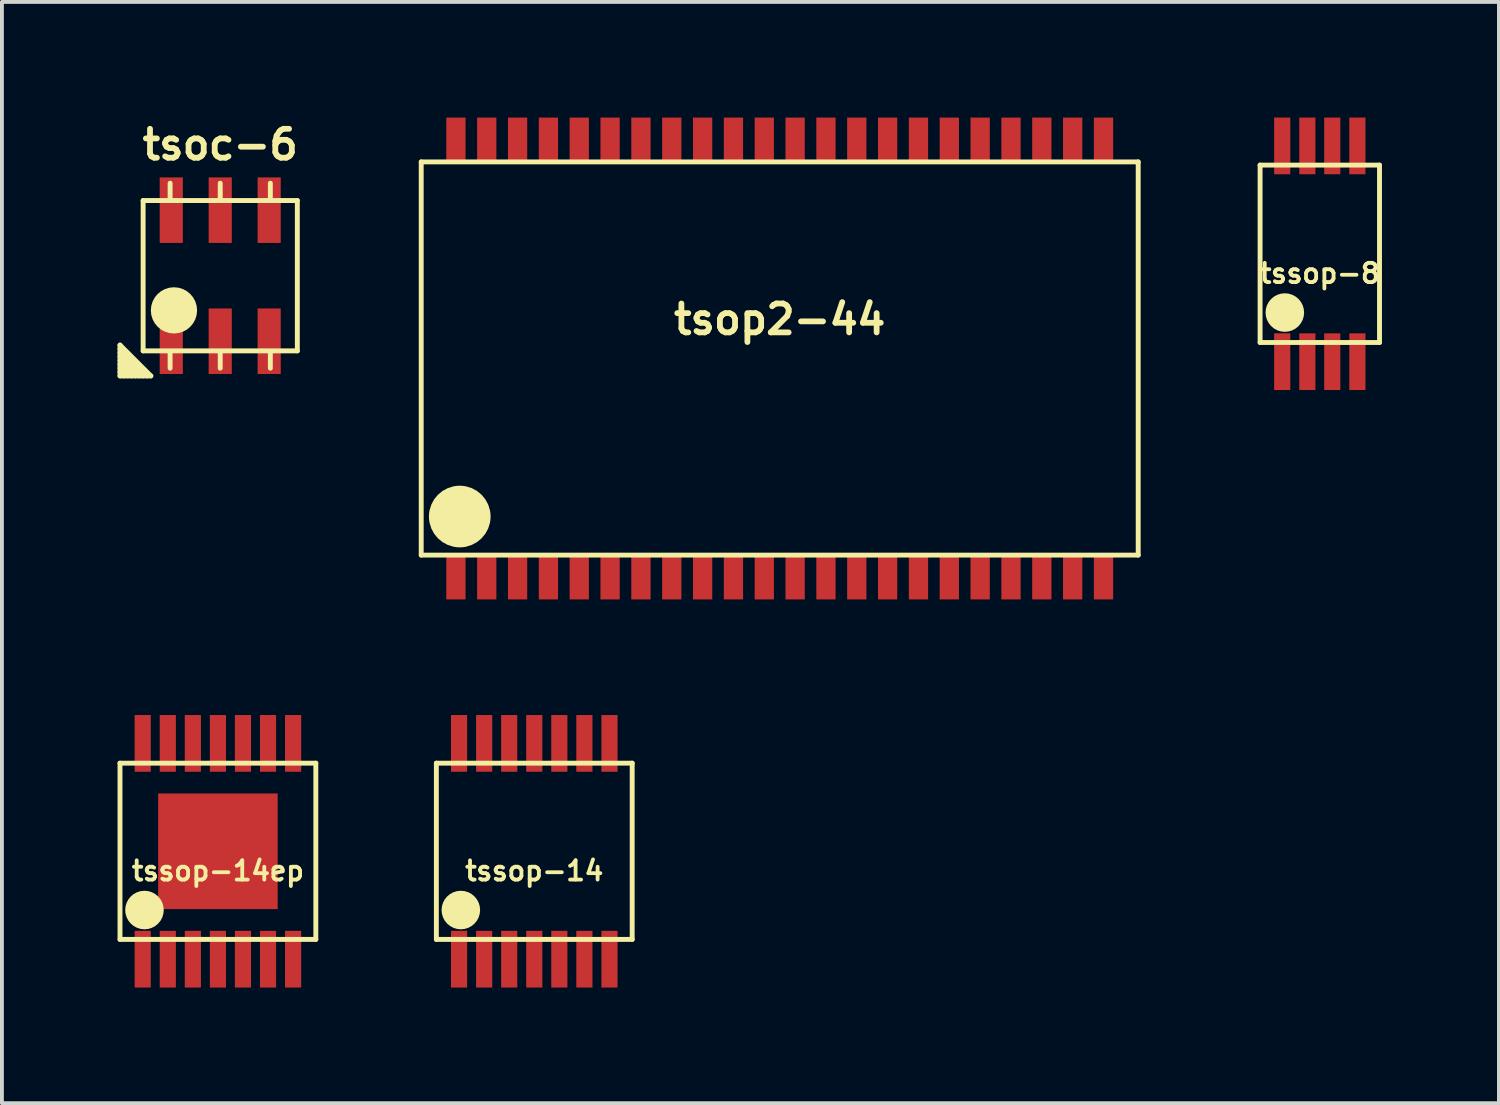
<source format=kicad_pcb>
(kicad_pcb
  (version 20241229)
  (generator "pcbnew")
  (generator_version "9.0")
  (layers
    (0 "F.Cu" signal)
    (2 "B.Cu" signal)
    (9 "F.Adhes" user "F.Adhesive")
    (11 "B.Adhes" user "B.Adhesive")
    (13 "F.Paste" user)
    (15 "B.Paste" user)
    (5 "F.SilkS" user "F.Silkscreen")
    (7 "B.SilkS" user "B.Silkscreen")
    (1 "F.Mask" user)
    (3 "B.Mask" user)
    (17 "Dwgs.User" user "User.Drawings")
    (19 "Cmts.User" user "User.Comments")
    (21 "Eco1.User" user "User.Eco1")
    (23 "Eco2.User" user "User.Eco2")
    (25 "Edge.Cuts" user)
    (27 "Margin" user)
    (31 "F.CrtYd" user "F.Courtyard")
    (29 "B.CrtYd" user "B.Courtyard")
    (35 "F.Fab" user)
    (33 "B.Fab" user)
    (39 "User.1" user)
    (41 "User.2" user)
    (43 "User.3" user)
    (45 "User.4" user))
  (footprint "tssop-8"
    (layer "F.Cu")
    (at 31.188 3.534)
    (property "Reference" "tssop-8" (at 0 0.508 0) (layer "F.SilkS") (effects (font (size 0.5 0.5) (thickness 0.099))))
    (attr through_hole)
    (fp_line (start -1.549 -2.301) (end -1.549 2.301) (stroke (width 0.127) (type solid)) (layer "F.SilkS"))
    (fp_line (start -1.549 2.301) (end 1.549 2.301) (stroke (width 0.127) (type solid)) (layer "F.SilkS"))
    (fp_line (start 1.549 -2.301) (end -1.549 -2.301) (stroke (width 0.127) (type solid)) (layer "F.SilkS"))
    (fp_line (start 1.549 2.301) (end 1.549 -2.301) (stroke (width 0.127) (type solid)) (layer "F.SilkS"))
    (fp_circle (center -0.907 1.524) (end -0.657 1.524) (stroke (width 0.5) (type solid)) (fill no) (layer "F.SilkS"))
    (pad "1" smd rect (at -0.975 2.799) (size 0.419 1.471) (layers "F.Cu" "F.Mask" "F.Paste"))
    (pad "2" smd rect (at -0.323 2.799) (size 0.419 1.471) (layers "F.Cu" "F.Mask" "F.Paste"))
    (pad "3" smd rect (at 0.323 2.799) (size 0.419 1.471) (layers "F.Cu" "F.Mask" "F.Paste"))
    (pad "4" smd rect (at 0.975 2.799) (size 0.419 1.471) (layers "F.Cu" "F.Mask" "F.Paste"))
    (pad "5" smd rect (at 0.975 -2.799) (size 0.419 1.471) (layers "F.Cu" "F.Mask" "F.Paste"))
    (pad "6" smd rect (at 0.323 -2.799) (size 0.419 1.471) (layers "F.Cu" "F.Mask" "F.Paste"))
    (pad "7" smd rect (at -0.323 -2.799) (size 0.419 1.471) (layers "F.Cu" "F.Mask" "F.Paste"))
    (pad "8" smd rect (at -0.975 -2.799) (size 0.419 1.471) (layers "F.Cu" "F.Mask" "F.Paste")))
  (footprint "tssop-14ep"
    (layer "F.Cu")
    (at 2.603 19.034)
    (property "Reference" "tssop-14ep" (at 0 0.508 0) (layer "F.SilkS") (effects (font (size 0.5 0.5) (thickness 0.099))))
    (attr through_hole)
    (fp_line (start -2.54 -2.286) (end -2.54 2.286) (stroke (width 0.127) (type solid)) (layer "F.SilkS"))
    (fp_line (start -2.54 2.286) (end 2.54 2.286) (stroke (width 0.127) (type solid)) (layer "F.SilkS"))
    (fp_line (start 2.54 -2.286) (end -2.54 -2.286) (stroke (width 0.127) (type solid)) (layer "F.SilkS"))
    (fp_line (start 2.54 2.286) (end 2.54 -2.286) (stroke (width 0.127) (type solid)) (layer "F.SilkS"))
    (fp_circle (center -1.905 1.524) (end -1.655 1.524) (stroke (width 0.5) (type solid)) (fill no) (layer "F.SilkS"))
    (pad "" smd rect (at -1 -1) (size 0.8 0.8) (layers "F.Paste"))
    (pad "" smd rect (at -1 0) (size 0.8 0.8) (layers "F.Paste"))
    (pad "" smd rect (at -1 1) (size 0.8 0.8) (layers "F.Paste"))
    (pad "" smd rect (at 0 -1) (size 0.8 0.8) (layers "F.Paste"))
    (pad "" smd rect (at 0 0) (size 0.8 0.8) (layers "F.Paste"))
    (pad "" smd rect (at 0 1) (size 0.8 0.8) (layers "F.Paste"))
    (pad "" smd rect (at 1 -1) (size 0.8 0.8) (layers "F.Paste"))
    (pad "" smd rect (at 1 0) (size 0.8 0.8) (layers "F.Paste"))
    (pad "" smd rect (at 1 1) (size 0.8 0.8) (layers "F.Paste"))
    (pad "1" smd rect (at -1.951 2.799) (size 0.419 1.471) (layers "F.Cu" "F.Mask" "F.Paste"))
    (pad "2" smd rect (at -1.3 2.799) (size 0.419 1.471) (layers "F.Cu" "F.Mask" "F.Paste"))
    (pad "3" smd rect (at -0.65 2.799) (size 0.419 1.471) (layers "F.Cu" "F.Mask" "F.Paste"))
    (pad "4" smd rect (at 0 2.799) (size 0.419 1.471) (layers "F.Cu" "F.Mask" "F.Paste"))
    (pad "5" smd rect (at 0.65 2.799) (size 0.419 1.471) (layers "F.Cu" "F.Mask" "F.Paste"))
    (pad "6" smd rect (at 1.3 2.799) (size 0.419 1.471) (layers "F.Cu" "F.Mask" "F.Paste"))
    (pad "7" smd rect (at 1.951 2.799) (size 0.419 1.471) (layers "F.Cu" "F.Mask" "F.Paste"))
    (pad "8" smd rect (at 1.951 -2.799) (size 0.419 1.471) (layers "F.Cu" "F.Mask" "F.Paste"))
    (pad "9" smd rect (at 1.3 -2.799) (size 0.419 1.471) (layers "F.Cu" "F.Mask" "F.Paste"))
    (pad "10" smd rect (at 0.65 -2.799) (size 0.419 1.471) (layers "F.Cu" "F.Mask" "F.Paste"))
    (pad "11" smd rect (at 0 -2.799) (size 0.419 1.471) (layers "F.Cu" "F.Mask" "F.Paste"))
    (pad "12" smd rect (at -0.65 -2.799) (size 0.419 1.471) (layers "F.Cu" "F.Mask" "F.Paste"))
    (pad "13" smd rect (at -1.3 -2.799) (size 0.419 1.471) (layers "F.Cu" "F.Mask" "F.Paste"))
    (pad "14" smd rect (at -1.951 -2.799) (size 0.419 1.471) (layers "F.Cu" "F.Mask" "F.Paste"))
    (pad "15" smd rect (at 0 0) (size 3.1 3) (layers "F.Cu" "F.Mask")))
  (footprint "tsoc-6"
    (layer "F.Cu")
    (at 2.663 4.102)
    (property "Reference" "tsoc-6" (at 0 -3.4 0) (layer "F.SilkS") (effects (font (size 0.75 0.75) (thickness 0.15))))
    (attr through_hole)
    (fp_line (start -2.6 1.8) (end -2.6 2.6) (stroke (width 0.127) (type solid)) (layer "F.SilkS"))
    (fp_line (start -2.6 1.9) (end -1.9 2.6) (stroke (width 0.127) (type solid)) (layer "F.SilkS"))
    (fp_line (start -2.6 2.1) (end -2.1 2.6) (stroke (width 0.127) (type solid)) (layer "F.SilkS"))
    (fp_line (start -2.6 2.3) (end -2.3 2.6) (stroke (width 0.127) (type solid)) (layer "F.SilkS"))
    (fp_line (start -2.6 2.5) (end -2.5 2.6) (stroke (width 0.127) (type solid)) (layer "F.SilkS"))
    (fp_line (start -2.6 2.6) (end -1.8 2.6) (stroke (width 0.127) (type solid)) (layer "F.SilkS"))
    (fp_line (start -2.4 2.6) (end -2.6 2.4) (stroke (width 0.127) (type solid)) (layer "F.SilkS"))
    (fp_line (start -2.2 2.6) (end -2.6 2.2) (stroke (width 0.127) (type solid)) (layer "F.SilkS"))
    (fp_line (start -2 -1.95) (end -2 1.95) (stroke (width 0.127) (type solid)) (layer "F.SilkS"))
    (fp_line (start -2 1.95) (end 2 1.95) (stroke (width 0.127) (type solid)) (layer "F.SilkS"))
    (fp_line (start -2 2.6) (end -2.6 2) (stroke (width 0.127) (type solid)) (layer "F.SilkS"))
    (fp_line (start -1.8 2.6) (end -2.6 1.8) (stroke (width 0.127) (type solid)) (layer "F.SilkS"))
    (fp_line (start -1.3 -2.4) (end -1.3 -2) (stroke (width 0.127) (type solid)) (layer "F.SilkS"))
    (fp_line (start -1.3 2) (end -1.3 2.4) (stroke (width 0.127) (type solid)) (layer "F.SilkS"))
    (fp_line (start 0 -2) (end 0 -2.4) (stroke (width 0.127) (type solid)) (layer "F.SilkS"))
    (fp_line (start 0 2) (end 0 2.4) (stroke (width 0.127) (type solid)) (layer "F.SilkS"))
    (fp_line (start 1.3 -2.4) (end 1.3 -2) (stroke (width 0.127) (type solid)) (layer "F.SilkS"))
    (fp_line (start 1.3 2) (end 1.3 2.4) (stroke (width 0.127) (type solid)) (layer "F.SilkS"))
    (fp_line (start 2 -1.95) (end -2 -1.95) (stroke (width 0.127) (type solid)) (layer "F.SilkS"))
    (fp_line (start 2 1.95) (end 2 -1.95) (stroke (width 0.127) (type solid)) (layer "F.SilkS"))
    (fp_circle (center -1.2 0.9) (end -0.9 0.9) (stroke (width 0.6) (type solid)) (fill no) (layer "F.SilkS"))
    (pad "1" smd rect (at -1.27 1.7) (size 0.6 1.7) (layers "F.Cu" "F.Mask" "F.Paste"))
    (pad "2" smd rect (at 0 1.7) (size 0.6 1.7) (layers "F.Cu" "F.Mask" "F.Paste"))
    (pad "3" smd rect (at 1.27 1.7) (size 0.6 1.7) (layers "F.Cu" "F.Mask" "F.Paste"))
    (pad "4" smd rect (at 1.27 -1.7) (size 0.6 1.7) (layers "F.Cu" "F.Mask" "F.Paste"))
    (pad "5" smd rect (at 0 -1.7) (size 0.6 1.7) (layers "F.Cu" "F.Mask" "F.Paste"))
    (pad "6" smd rect (at -1.27 -1.7) (size 0.6 1.7) (layers "F.Cu" "F.Mask" "F.Paste")))
  (footprint "tsop2-44"
    (layer "F.Cu")
    (at 17.177 6.25)
    (property "Reference" "tsop2-44" (at 0 -1.016 0) (layer "F.SilkS") (effects (font (size 0.749 0.749) (thickness 0.15))))
    (attr through_hole)
    (fp_line (start -9.3 -5.1) (end 9.3 -5.1) (stroke (width 0.127) (type solid)) (layer "F.SilkS"))
    (fp_line (start -9.3 5.1) (end -9.3 -5.1) (stroke (width 0.127) (type solid)) (layer "F.SilkS"))
    (fp_line (start 9.3 -5.1) (end 9.3 5.1) (stroke (width 0.127) (type solid)) (layer "F.SilkS"))
    (fp_line (start 9.3 5.1) (end -9.3 5.1) (stroke (width 0.127) (type solid)) (layer "F.SilkS"))
    (fp_circle (center -8.3 4.1) (end -7.9 4.1) (stroke (width 0.8) (type solid)) (fill no) (layer "F.SilkS"))
    (pad "1" smd rect (at -8.4 5.65) (size 0.5 1.2) (layers "F.Cu" "F.Mask" "F.Paste"))
    (pad "2" smd rect (at -7.6 5.65) (size 0.5 1.2) (layers "F.Cu" "F.Mask" "F.Paste"))
    (pad "3" smd rect (at -6.8 5.65) (size 0.5 1.2) (layers "F.Cu" "F.Mask" "F.Paste"))
    (pad "4" smd rect (at -6 5.65) (size 0.5 1.2) (layers "F.Cu" "F.Mask" "F.Paste"))
    (pad "5" smd rect (at -5.2 5.65) (size 0.5 1.2) (layers "F.Cu" "F.Mask" "F.Paste"))
    (pad "6" smd rect (at -4.4 5.65) (size 0.5 1.2) (layers "F.Cu" "F.Mask" "F.Paste"))
    (pad "7" smd rect (at -3.6 5.65) (size 0.5 1.2) (layers "F.Cu" "F.Mask" "F.Paste"))
    (pad "8" smd rect (at -2.8 5.65) (size 0.5 1.2) (layers "F.Cu" "F.Mask" "F.Paste"))
    (pad "9" smd rect (at -2 5.65) (size 0.5 1.2) (layers "F.Cu" "F.Mask" "F.Paste"))
    (pad "10" smd rect (at -1.2 5.65) (size 0.5 1.2) (layers "F.Cu" "F.Mask" "F.Paste"))
    (pad "11" smd rect (at -0.4 5.65) (size 0.5 1.2) (layers "F.Cu" "F.Mask" "F.Paste"))
    (pad "12" smd rect (at 0.4 5.65) (size 0.5 1.2) (layers "F.Cu" "F.Mask" "F.Paste"))
    (pad "13" smd rect (at 1.2 5.65) (size 0.5 1.2) (layers "F.Cu" "F.Mask" "F.Paste"))
    (pad "14" smd rect (at 2 5.65) (size 0.5 1.2) (layers "F.Cu" "F.Mask" "F.Paste"))
    (pad "15" smd rect (at 2.8 5.65) (size 0.5 1.2) (layers "F.Cu" "F.Mask" "F.Paste"))
    (pad "16" smd rect (at 3.6 5.65) (size 0.5 1.2) (layers "F.Cu" "F.Mask" "F.Paste"))
    (pad "17" smd rect (at 4.4 5.65) (size 0.5 1.2) (layers "F.Cu" "F.Mask" "F.Paste"))
    (pad "18" smd rect (at 5.2 5.65) (size 0.5 1.2) (layers "F.Cu" "F.Mask" "F.Paste"))
    (pad "19" smd rect (at 6 5.65) (size 0.5 1.2) (layers "F.Cu" "F.Mask" "F.Paste"))
    (pad "20" smd rect (at 6.8 5.65) (size 0.5 1.2) (layers "F.Cu" "F.Mask" "F.Paste"))
    (pad "21" smd rect (at 7.6 5.65) (size 0.5 1.2) (layers "F.Cu" "F.Mask" "F.Paste"))
    (pad "22" smd rect (at 8.4 5.65) (size 0.5 1.2) (layers "F.Cu" "F.Mask" "F.Paste"))
    (pad "23" smd rect (at 8.4 -5.65) (size 0.5 1.2) (layers "F.Cu" "F.Mask" "F.Paste"))
    (pad "24" smd rect (at 7.6 -5.65) (size 0.5 1.2) (layers "F.Cu" "F.Mask" "F.Paste"))
    (pad "25" smd rect (at 6.8 -5.65) (size 0.5 1.2) (layers "F.Cu" "F.Mask" "F.Paste"))
    (pad "26" smd rect (at 6 -5.65) (size 0.5 1.2) (layers "F.Cu" "F.Mask" "F.Paste"))
    (pad "27" smd rect (at 5.2 -5.65) (size 0.5 1.2) (layers "F.Cu" "F.Mask" "F.Paste"))
    (pad "28" smd rect (at 4.4 -5.65) (size 0.5 1.2) (layers "F.Cu" "F.Mask" "F.Paste"))
    (pad "29" smd rect (at 3.6 -5.65) (size 0.5 1.2) (layers "F.Cu" "F.Mask" "F.Paste"))
    (pad "30" smd rect (at 2.8 -5.65) (size 0.5 1.2) (layers "F.Cu" "F.Mask" "F.Paste"))
    (pad "31" smd rect (at 2 -5.65) (size 0.5 1.2) (layers "F.Cu" "F.Mask" "F.Paste"))
    (pad "32" smd rect (at 1.2 -5.65) (size 0.5 1.2) (layers "F.Cu" "F.Mask" "F.Paste"))
    (pad "33" smd rect (at 0.4 -5.65) (size 0.5 1.2) (layers "F.Cu" "F.Mask" "F.Paste"))
    (pad "34" smd rect (at -0.4 -5.65) (size 0.5 1.2) (layers "F.Cu" "F.Mask" "F.Paste"))
    (pad "35" smd rect (at -1.2 -5.65) (size 0.5 1.2) (layers "F.Cu" "F.Mask" "F.Paste"))
    (pad "36" smd rect (at -2 -5.65) (size 0.5 1.2) (layers "F.Cu" "F.Mask" "F.Paste"))
    (pad "37" smd rect (at -2.8 -5.65) (size 0.5 1.2) (layers "F.Cu" "F.Mask" "F.Paste"))
    (pad "38" smd rect (at -3.6 -5.65) (size 0.5 1.2) (layers "F.Cu" "F.Mask" "F.Paste"))
    (pad "39" smd rect (at -4.4 -5.65) (size 0.5 1.2) (layers "F.Cu" "F.Mask" "F.Paste"))
    (pad "40" smd rect (at -5.2 -5.65) (size 0.5 1.2) (layers "F.Cu" "F.Mask" "F.Paste"))
    (pad "41" smd rect (at -6 -5.65) (size 0.5 1.2) (layers "F.Cu" "F.Mask" "F.Paste"))
    (pad "42" smd rect (at -6.8 -5.65) (size 0.5 1.2) (layers "F.Cu" "F.Mask" "F.Paste"))
    (pad "43" smd rect (at -7.6 -5.65) (size 0.5 1.2) (layers "F.Cu" "F.Mask" "F.Paste"))
    (pad "44" smd rect (at -8.4 -5.65) (size 0.5 1.2) (layers "F.Cu" "F.Mask" "F.Paste")))
  (footprint "tssop-14"
    (layer "F.Cu")
    (at 10.81 19.034)
    (property "Reference" "tssop-14" (at 0 0.508 0) (layer "F.SilkS") (effects (font (size 0.5 0.5) (thickness 0.099))))
    (attr through_hole)
    (fp_line (start -2.54 -2.286) (end -2.54 2.286) (stroke (width 0.127) (type solid)) (layer "F.SilkS"))
    (fp_line (start -2.54 2.286) (end 2.54 2.286) (stroke (width 0.127) (type solid)) (layer "F.SilkS"))
    (fp_line (start 2.54 -2.286) (end -2.54 -2.286) (stroke (width 0.127) (type solid)) (layer "F.SilkS"))
    (fp_line (start 2.54 2.286) (end 2.54 -2.286) (stroke (width 0.127) (type solid)) (layer "F.SilkS"))
    (fp_circle (center -1.905 1.524) (end -1.655 1.524) (stroke (width 0.5) (type solid)) (fill no) (layer "F.SilkS"))
    (pad "1" smd rect (at -1.951 2.799) (size 0.419 1.471) (layers "F.Cu" "F.Mask" "F.Paste"))
    (pad "2" smd rect (at -1.3 2.799) (size 0.419 1.471) (layers "F.Cu" "F.Mask" "F.Paste"))
    (pad "3" smd rect (at -0.65 2.799) (size 0.419 1.471) (layers "F.Cu" "F.Mask" "F.Paste"))
    (pad "4" smd rect (at 0 2.799) (size 0.419 1.471) (layers "F.Cu" "F.Mask" "F.Paste"))
    (pad "5" smd rect (at 0.65 2.799) (size 0.419 1.471) (layers "F.Cu" "F.Mask" "F.Paste"))
    (pad "6" smd rect (at 1.3 2.799) (size 0.419 1.471) (layers "F.Cu" "F.Mask" "F.Paste"))
    (pad "7" smd rect (at 1.951 2.799) (size 0.419 1.471) (layers "F.Cu" "F.Mask" "F.Paste"))
    (pad "8" smd rect (at 1.951 -2.799) (size 0.419 1.471) (layers "F.Cu" "F.Mask" "F.Paste"))
    (pad "9" smd rect (at 1.3 -2.799) (size 0.419 1.471) (layers "F.Cu" "F.Mask" "F.Paste"))
    (pad "10" smd rect (at 0.65 -2.799) (size 0.419 1.471) (layers "F.Cu" "F.Mask" "F.Paste"))
    (pad "11" smd rect (at 0 -2.799) (size 0.419 1.471) (layers "F.Cu" "F.Mask" "F.Paste"))
    (pad "12" smd rect (at -0.65 -2.799) (size 0.419 1.471) (layers "F.Cu" "F.Mask" "F.Paste"))
    (pad "13" smd rect (at -1.3 -2.799) (size 0.419 1.471) (layers "F.Cu" "F.Mask" "F.Paste"))
    (pad "14" smd rect (at -1.951 -2.799) (size 0.419 1.471) (layers "F.Cu" "F.Mask" "F.Paste")))
  (gr_rect
    (start -3 -3)
    (end 35.835 25.569)
    (stroke (width 0.1) (type default))
    (fill no)
    (layer "Edge.Cuts")))
</source>
